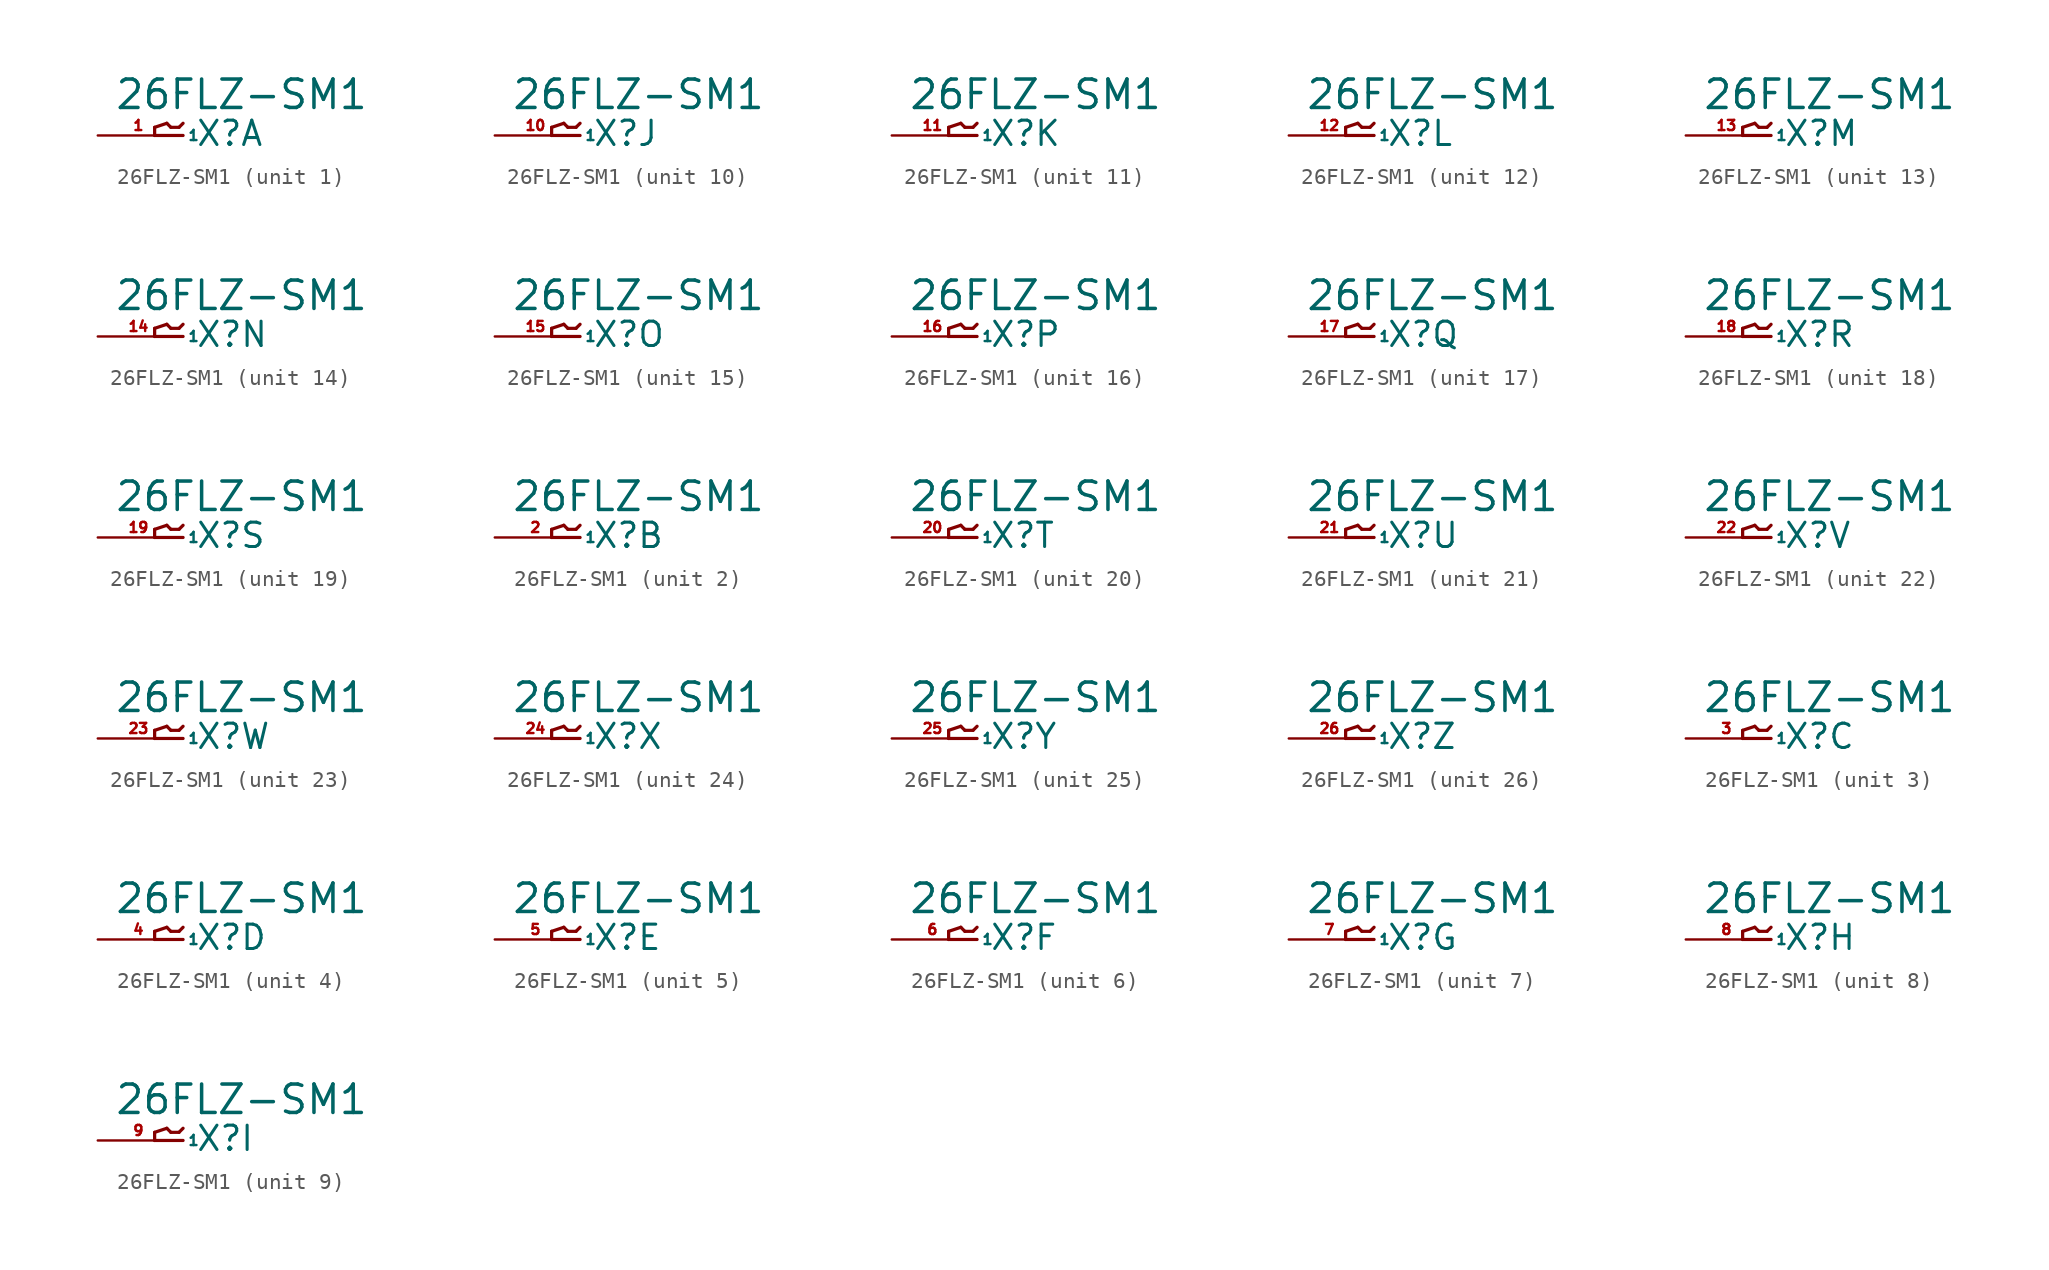
<source format=kicad_sym>
(kicad_symbol_lib
  (version 20220914)
  (generator Eagle2Kicad)
  (symbol "26FLZ-SM1"
    (property "Reference" "X"
      (at 1.016 -0.762 0)
      (effects (font (size 1.524 1.524) (thickness 0.19)) (justify left bottom)))
    (property "Value" "26FLZ-SM1"
      (at -4.064 1.524 0)
      (effects (font (size 1.778 1.778) (thickness 0.22)) (justify left bottom)))
    (symbol "26FLZ-SM1_1_0"
      (polyline (pts (xy 0.254 0) (xy -1.524 0)) (stroke (width 0.203) (type default)) (fill (type none)))
      (polyline (pts (xy -1.524 0) (xy -1.524 0.508)) (stroke (width 0.203) (type default)) (fill (type none)))
      (polyline (pts (xy -1.524 0.508) (xy -0.762 0.762)) (stroke (width 0.203) (type default)) (fill (type none)))
      (polyline (pts (xy -0.762 0.762) (xy -0.508 0.508)) (stroke (width 0.203) (type default)) (fill (type none)))
      (polyline (pts (xy -0.508 0.508) (xy 0 0.508)) (stroke (width 0.203) (type default)) (fill (type none)))
      (polyline (pts (xy 0 0.508) (xy 0.254 0.762)) (stroke (width 0.203) (type default)) (fill (type none)))
      (pin passive line (at -5.08 0 0) (length 5.08) (name "1" (effects (font (size 0.635 0.635) (thickness 0.08)) (justify left bottom))) (number "1" (effects (font (size 0.635 0.635) (thickness 0.08)) (justify left bottom)))))
    (symbol "26FLZ-SM1_2_0"
      (polyline (pts (xy 0.254 0) (xy -1.524 0)) (stroke (width 0.203) (type default)) (fill (type none)))
      (polyline (pts (xy -1.524 0) (xy -1.524 0.508)) (stroke (width 0.203) (type default)) (fill (type none)))
      (polyline (pts (xy -1.524 0.508) (xy -0.762 0.762)) (stroke (width 0.203) (type default)) (fill (type none)))
      (polyline (pts (xy -0.762 0.762) (xy -0.508 0.508)) (stroke (width 0.203) (type default)) (fill (type none)))
      (polyline (pts (xy -0.508 0.508) (xy 0 0.508)) (stroke (width 0.203) (type default)) (fill (type none)))
      (polyline (pts (xy 0 0.508) (xy 0.254 0.762)) (stroke (width 0.203) (type default)) (fill (type none)))
      (pin passive line (at -5.08 0 0) (length 5.08) (name "1" (effects (font (size 0.635 0.635) (thickness 0.08)) (justify left bottom))) (number "2" (effects (font (size 0.635 0.635) (thickness 0.08)) (justify left bottom)))))
    (symbol "26FLZ-SM1_3_0"
      (polyline (pts (xy 0.254 0) (xy -1.524 0)) (stroke (width 0.203) (type default)) (fill (type none)))
      (polyline (pts (xy -1.524 0) (xy -1.524 0.508)) (stroke (width 0.203) (type default)) (fill (type none)))
      (polyline (pts (xy -1.524 0.508) (xy -0.762 0.762)) (stroke (width 0.203) (type default)) (fill (type none)))
      (polyline (pts (xy -0.762 0.762) (xy -0.508 0.508)) (stroke (width 0.203) (type default)) (fill (type none)))
      (polyline (pts (xy -0.508 0.508) (xy 0 0.508)) (stroke (width 0.203) (type default)) (fill (type none)))
      (polyline (pts (xy 0 0.508) (xy 0.254 0.762)) (stroke (width 0.203) (type default)) (fill (type none)))
      (pin passive line (at -5.08 0 0) (length 5.08) (name "1" (effects (font (size 0.635 0.635) (thickness 0.08)) (justify left bottom))) (number "3" (effects (font (size 0.635 0.635) (thickness 0.08)) (justify left bottom)))))
    (symbol "26FLZ-SM1_4_0"
      (polyline (pts (xy 0.254 0) (xy -1.524 0)) (stroke (width 0.203) (type default)) (fill (type none)))
      (polyline (pts (xy -1.524 0) (xy -1.524 0.508)) (stroke (width 0.203) (type default)) (fill (type none)))
      (polyline (pts (xy -1.524 0.508) (xy -0.762 0.762)) (stroke (width 0.203) (type default)) (fill (type none)))
      (polyline (pts (xy -0.762 0.762) (xy -0.508 0.508)) (stroke (width 0.203) (type default)) (fill (type none)))
      (polyline (pts (xy -0.508 0.508) (xy 0 0.508)) (stroke (width 0.203) (type default)) (fill (type none)))
      (polyline (pts (xy 0 0.508) (xy 0.254 0.762)) (stroke (width 0.203) (type default)) (fill (type none)))
      (pin passive line (at -5.08 0 0) (length 5.08) (name "1" (effects (font (size 0.635 0.635) (thickness 0.08)) (justify left bottom))) (number "4" (effects (font (size 0.635 0.635) (thickness 0.08)) (justify left bottom)))))
    (symbol "26FLZ-SM1_5_0"
      (polyline (pts (xy 0.254 0) (xy -1.524 0)) (stroke (width 0.203) (type default)) (fill (type none)))
      (polyline (pts (xy -1.524 0) (xy -1.524 0.508)) (stroke (width 0.203) (type default)) (fill (type none)))
      (polyline (pts (xy -1.524 0.508) (xy -0.762 0.762)) (stroke (width 0.203) (type default)) (fill (type none)))
      (polyline (pts (xy -0.762 0.762) (xy -0.508 0.508)) (stroke (width 0.203) (type default)) (fill (type none)))
      (polyline (pts (xy -0.508 0.508) (xy 0 0.508)) (stroke (width 0.203) (type default)) (fill (type none)))
      (polyline (pts (xy 0 0.508) (xy 0.254 0.762)) (stroke (width 0.203) (type default)) (fill (type none)))
      (pin passive line (at -5.08 0 0) (length 5.08) (name "1" (effects (font (size 0.635 0.635) (thickness 0.08)) (justify left bottom))) (number "5" (effects (font (size 0.635 0.635) (thickness 0.08)) (justify left bottom)))))
    (symbol "26FLZ-SM1_6_0"
      (polyline (pts (xy 0.254 0) (xy -1.524 0)) (stroke (width 0.203) (type default)) (fill (type none)))
      (polyline (pts (xy -1.524 0) (xy -1.524 0.508)) (stroke (width 0.203) (type default)) (fill (type none)))
      (polyline (pts (xy -1.524 0.508) (xy -0.762 0.762)) (stroke (width 0.203) (type default)) (fill (type none)))
      (polyline (pts (xy -0.762 0.762) (xy -0.508 0.508)) (stroke (width 0.203) (type default)) (fill (type none)))
      (polyline (pts (xy -0.508 0.508) (xy 0 0.508)) (stroke (width 0.203) (type default)) (fill (type none)))
      (polyline (pts (xy 0 0.508) (xy 0.254 0.762)) (stroke (width 0.203) (type default)) (fill (type none)))
      (pin passive line (at -5.08 0 0) (length 5.08) (name "1" (effects (font (size 0.635 0.635) (thickness 0.08)) (justify left bottom))) (number "6" (effects (font (size 0.635 0.635) (thickness 0.08)) (justify left bottom)))))
    (symbol "26FLZ-SM1_7_0"
      (polyline (pts (xy 0.254 0) (xy -1.524 0)) (stroke (width 0.203) (type default)) (fill (type none)))
      (polyline (pts (xy -1.524 0) (xy -1.524 0.508)) (stroke (width 0.203) (type default)) (fill (type none)))
      (polyline (pts (xy -1.524 0.508) (xy -0.762 0.762)) (stroke (width 0.203) (type default)) (fill (type none)))
      (polyline (pts (xy -0.762 0.762) (xy -0.508 0.508)) (stroke (width 0.203) (type default)) (fill (type none)))
      (polyline (pts (xy -0.508 0.508) (xy 0 0.508)) (stroke (width 0.203) (type default)) (fill (type none)))
      (polyline (pts (xy 0 0.508) (xy 0.254 0.762)) (stroke (width 0.203) (type default)) (fill (type none)))
      (pin passive line (at -5.08 0 0) (length 5.08) (name "1" (effects (font (size 0.635 0.635) (thickness 0.08)) (justify left bottom))) (number "7" (effects (font (size 0.635 0.635) (thickness 0.08)) (justify left bottom)))))
    (symbol "26FLZ-SM1_8_0"
      (polyline (pts (xy 0.254 0) (xy -1.524 0)) (stroke (width 0.203) (type default)) (fill (type none)))
      (polyline (pts (xy -1.524 0) (xy -1.524 0.508)) (stroke (width 0.203) (type default)) (fill (type none)))
      (polyline (pts (xy -1.524 0.508) (xy -0.762 0.762)) (stroke (width 0.203) (type default)) (fill (type none)))
      (polyline (pts (xy -0.762 0.762) (xy -0.508 0.508)) (stroke (width 0.203) (type default)) (fill (type none)))
      (polyline (pts (xy -0.508 0.508) (xy 0 0.508)) (stroke (width 0.203) (type default)) (fill (type none)))
      (polyline (pts (xy 0 0.508) (xy 0.254 0.762)) (stroke (width 0.203) (type default)) (fill (type none)))
      (pin passive line (at -5.08 0 0) (length 5.08) (name "1" (effects (font (size 0.635 0.635) (thickness 0.08)) (justify left bottom))) (number "8" (effects (font (size 0.635 0.635) (thickness 0.08)) (justify left bottom)))))
    (symbol "26FLZ-SM1_9_0"
      (polyline (pts (xy 0.254 0) (xy -1.524 0)) (stroke (width 0.203) (type default)) (fill (type none)))
      (polyline (pts (xy -1.524 0) (xy -1.524 0.508)) (stroke (width 0.203) (type default)) (fill (type none)))
      (polyline (pts (xy -1.524 0.508) (xy -0.762 0.762)) (stroke (width 0.203) (type default)) (fill (type none)))
      (polyline (pts (xy -0.762 0.762) (xy -0.508 0.508)) (stroke (width 0.203) (type default)) (fill (type none)))
      (polyline (pts (xy -0.508 0.508) (xy 0 0.508)) (stroke (width 0.203) (type default)) (fill (type none)))
      (polyline (pts (xy 0 0.508) (xy 0.254 0.762)) (stroke (width 0.203) (type default)) (fill (type none)))
      (pin passive line (at -5.08 0 0) (length 5.08) (name "1" (effects (font (size 0.635 0.635) (thickness 0.08)) (justify left bottom))) (number "9" (effects (font (size 0.635 0.635) (thickness 0.08)) (justify left bottom)))))
    (symbol "26FLZ-SM1_10_0"
      (polyline (pts (xy 0.254 0) (xy -1.524 0)) (stroke (width 0.203) (type default)) (fill (type none)))
      (polyline (pts (xy -1.524 0) (xy -1.524 0.508)) (stroke (width 0.203) (type default)) (fill (type none)))
      (polyline (pts (xy -1.524 0.508) (xy -0.762 0.762)) (stroke (width 0.203) (type default)) (fill (type none)))
      (polyline (pts (xy -0.762 0.762) (xy -0.508 0.508)) (stroke (width 0.203) (type default)) (fill (type none)))
      (polyline (pts (xy -0.508 0.508) (xy 0 0.508)) (stroke (width 0.203) (type default)) (fill (type none)))
      (polyline (pts (xy 0 0.508) (xy 0.254 0.762)) (stroke (width 0.203) (type default)) (fill (type none)))
      (pin passive line (at -5.08 0 0) (length 5.08) (name "1" (effects (font (size 0.635 0.635) (thickness 0.08)) (justify left bottom))) (number "10" (effects (font (size 0.635 0.635) (thickness 0.08)) (justify left bottom)))))
    (symbol "26FLZ-SM1_11_0"
      (polyline (pts (xy 0.254 0) (xy -1.524 0)) (stroke (width 0.203) (type default)) (fill (type none)))
      (polyline (pts (xy -1.524 0) (xy -1.524 0.508)) (stroke (width 0.203) (type default)) (fill (type none)))
      (polyline (pts (xy -1.524 0.508) (xy -0.762 0.762)) (stroke (width 0.203) (type default)) (fill (type none)))
      (polyline (pts (xy -0.762 0.762) (xy -0.508 0.508)) (stroke (width 0.203) (type default)) (fill (type none)))
      (polyline (pts (xy -0.508 0.508) (xy 0 0.508)) (stroke (width 0.203) (type default)) (fill (type none)))
      (polyline (pts (xy 0 0.508) (xy 0.254 0.762)) (stroke (width 0.203) (type default)) (fill (type none)))
      (pin passive line (at -5.08 0 0) (length 5.08) (name "1" (effects (font (size 0.635 0.635) (thickness 0.08)) (justify left bottom))) (number "11" (effects (font (size 0.635 0.635) (thickness 0.08)) (justify left bottom)))))
    (symbol "26FLZ-SM1_12_0"
      (polyline (pts (xy 0.254 0) (xy -1.524 0)) (stroke (width 0.203) (type default)) (fill (type none)))
      (polyline (pts (xy -1.524 0) (xy -1.524 0.508)) (stroke (width 0.203) (type default)) (fill (type none)))
      (polyline (pts (xy -1.524 0.508) (xy -0.762 0.762)) (stroke (width 0.203) (type default)) (fill (type none)))
      (polyline (pts (xy -0.762 0.762) (xy -0.508 0.508)) (stroke (width 0.203) (type default)) (fill (type none)))
      (polyline (pts (xy -0.508 0.508) (xy 0 0.508)) (stroke (width 0.203) (type default)) (fill (type none)))
      (polyline (pts (xy 0 0.508) (xy 0.254 0.762)) (stroke (width 0.203) (type default)) (fill (type none)))
      (pin passive line (at -5.08 0 0) (length 5.08) (name "1" (effects (font (size 0.635 0.635) (thickness 0.08)) (justify left bottom))) (number "12" (effects (font (size 0.635 0.635) (thickness 0.08)) (justify left bottom)))))
    (symbol "26FLZ-SM1_13_0"
      (polyline (pts (xy 0.254 0) (xy -1.524 0)) (stroke (width 0.203) (type default)) (fill (type none)))
      (polyline (pts (xy -1.524 0) (xy -1.524 0.508)) (stroke (width 0.203) (type default)) (fill (type none)))
      (polyline (pts (xy -1.524 0.508) (xy -0.762 0.762)) (stroke (width 0.203) (type default)) (fill (type none)))
      (polyline (pts (xy -0.762 0.762) (xy -0.508 0.508)) (stroke (width 0.203) (type default)) (fill (type none)))
      (polyline (pts (xy -0.508 0.508) (xy 0 0.508)) (stroke (width 0.203) (type default)) (fill (type none)))
      (polyline (pts (xy 0 0.508) (xy 0.254 0.762)) (stroke (width 0.203) (type default)) (fill (type none)))
      (pin passive line (at -5.08 0 0) (length 5.08) (name "1" (effects (font (size 0.635 0.635) (thickness 0.08)) (justify left bottom))) (number "13" (effects (font (size 0.635 0.635) (thickness 0.08)) (justify left bottom)))))
    (symbol "26FLZ-SM1_14_0"
      (polyline (pts (xy 0.254 0) (xy -1.524 0)) (stroke (width 0.203) (type default)) (fill (type none)))
      (polyline (pts (xy -1.524 0) (xy -1.524 0.508)) (stroke (width 0.203) (type default)) (fill (type none)))
      (polyline (pts (xy -1.524 0.508) (xy -0.762 0.762)) (stroke (width 0.203) (type default)) (fill (type none)))
      (polyline (pts (xy -0.762 0.762) (xy -0.508 0.508)) (stroke (width 0.203) (type default)) (fill (type none)))
      (polyline (pts (xy -0.508 0.508) (xy 0 0.508)) (stroke (width 0.203) (type default)) (fill (type none)))
      (polyline (pts (xy 0 0.508) (xy 0.254 0.762)) (stroke (width 0.203) (type default)) (fill (type none)))
      (pin passive line (at -5.08 0 0) (length 5.08) (name "1" (effects (font (size 0.635 0.635) (thickness 0.08)) (justify left bottom))) (number "14" (effects (font (size 0.635 0.635) (thickness 0.08)) (justify left bottom)))))
    (symbol "26FLZ-SM1_15_0"
      (polyline (pts (xy 0.254 0) (xy -1.524 0)) (stroke (width 0.203) (type default)) (fill (type none)))
      (polyline (pts (xy -1.524 0) (xy -1.524 0.508)) (stroke (width 0.203) (type default)) (fill (type none)))
      (polyline (pts (xy -1.524 0.508) (xy -0.762 0.762)) (stroke (width 0.203) (type default)) (fill (type none)))
      (polyline (pts (xy -0.762 0.762) (xy -0.508 0.508)) (stroke (width 0.203) (type default)) (fill (type none)))
      (polyline (pts (xy -0.508 0.508) (xy 0 0.508)) (stroke (width 0.203) (type default)) (fill (type none)))
      (polyline (pts (xy 0 0.508) (xy 0.254 0.762)) (stroke (width 0.203) (type default)) (fill (type none)))
      (pin passive line (at -5.08 0 0) (length 5.08) (name "1" (effects (font (size 0.635 0.635) (thickness 0.08)) (justify left bottom))) (number "15" (effects (font (size 0.635 0.635) (thickness 0.08)) (justify left bottom)))))
    (symbol "26FLZ-SM1_16_0"
      (polyline (pts (xy 0.254 0) (xy -1.524 0)) (stroke (width 0.203) (type default)) (fill (type none)))
      (polyline (pts (xy -1.524 0) (xy -1.524 0.508)) (stroke (width 0.203) (type default)) (fill (type none)))
      (polyline (pts (xy -1.524 0.508) (xy -0.762 0.762)) (stroke (width 0.203) (type default)) (fill (type none)))
      (polyline (pts (xy -0.762 0.762) (xy -0.508 0.508)) (stroke (width 0.203) (type default)) (fill (type none)))
      (polyline (pts (xy -0.508 0.508) (xy 0 0.508)) (stroke (width 0.203) (type default)) (fill (type none)))
      (polyline (pts (xy 0 0.508) (xy 0.254 0.762)) (stroke (width 0.203) (type default)) (fill (type none)))
      (pin passive line (at -5.08 0 0) (length 5.08) (name "1" (effects (font (size 0.635 0.635) (thickness 0.08)) (justify left bottom))) (number "16" (effects (font (size 0.635 0.635) (thickness 0.08)) (justify left bottom)))))
    (symbol "26FLZ-SM1_17_0"
      (polyline (pts (xy 0.254 0) (xy -1.524 0)) (stroke (width 0.203) (type default)) (fill (type none)))
      (polyline (pts (xy -1.524 0) (xy -1.524 0.508)) (stroke (width 0.203) (type default)) (fill (type none)))
      (polyline (pts (xy -1.524 0.508) (xy -0.762 0.762)) (stroke (width 0.203) (type default)) (fill (type none)))
      (polyline (pts (xy -0.762 0.762) (xy -0.508 0.508)) (stroke (width 0.203) (type default)) (fill (type none)))
      (polyline (pts (xy -0.508 0.508) (xy 0 0.508)) (stroke (width 0.203) (type default)) (fill (type none)))
      (polyline (pts (xy 0 0.508) (xy 0.254 0.762)) (stroke (width 0.203) (type default)) (fill (type none)))
      (pin passive line (at -5.08 0 0) (length 5.08) (name "1" (effects (font (size 0.635 0.635) (thickness 0.08)) (justify left bottom))) (number "17" (effects (font (size 0.635 0.635) (thickness 0.08)) (justify left bottom)))))
    (symbol "26FLZ-SM1_18_0"
      (polyline (pts (xy 0.254 0) (xy -1.524 0)) (stroke (width 0.203) (type default)) (fill (type none)))
      (polyline (pts (xy -1.524 0) (xy -1.524 0.508)) (stroke (width 0.203) (type default)) (fill (type none)))
      (polyline (pts (xy -1.524 0.508) (xy -0.762 0.762)) (stroke (width 0.203) (type default)) (fill (type none)))
      (polyline (pts (xy -0.762 0.762) (xy -0.508 0.508)) (stroke (width 0.203) (type default)) (fill (type none)))
      (polyline (pts (xy -0.508 0.508) (xy 0 0.508)) (stroke (width 0.203) (type default)) (fill (type none)))
      (polyline (pts (xy 0 0.508) (xy 0.254 0.762)) (stroke (width 0.203) (type default)) (fill (type none)))
      (pin passive line (at -5.08 0 0) (length 5.08) (name "1" (effects (font (size 0.635 0.635) (thickness 0.08)) (justify left bottom))) (number "18" (effects (font (size 0.635 0.635) (thickness 0.08)) (justify left bottom)))))
    (symbol "26FLZ-SM1_19_0"
      (polyline (pts (xy 0.254 0) (xy -1.524 0)) (stroke (width 0.203) (type default)) (fill (type none)))
      (polyline (pts (xy -1.524 0) (xy -1.524 0.508)) (stroke (width 0.203) (type default)) (fill (type none)))
      (polyline (pts (xy -1.524 0.508) (xy -0.762 0.762)) (stroke (width 0.203) (type default)) (fill (type none)))
      (polyline (pts (xy -0.762 0.762) (xy -0.508 0.508)) (stroke (width 0.203) (type default)) (fill (type none)))
      (polyline (pts (xy -0.508 0.508) (xy 0 0.508)) (stroke (width 0.203) (type default)) (fill (type none)))
      (polyline (pts (xy 0 0.508) (xy 0.254 0.762)) (stroke (width 0.203) (type default)) (fill (type none)))
      (pin passive line (at -5.08 0 0) (length 5.08) (name "1" (effects (font (size 0.635 0.635) (thickness 0.08)) (justify left bottom))) (number "19" (effects (font (size 0.635 0.635) (thickness 0.08)) (justify left bottom)))))
    (symbol "26FLZ-SM1_20_0"
      (polyline (pts (xy 0.254 0) (xy -1.524 0)) (stroke (width 0.203) (type default)) (fill (type none)))
      (polyline (pts (xy -1.524 0) (xy -1.524 0.508)) (stroke (width 0.203) (type default)) (fill (type none)))
      (polyline (pts (xy -1.524 0.508) (xy -0.762 0.762)) (stroke (width 0.203) (type default)) (fill (type none)))
      (polyline (pts (xy -0.762 0.762) (xy -0.508 0.508)) (stroke (width 0.203) (type default)) (fill (type none)))
      (polyline (pts (xy -0.508 0.508) (xy 0 0.508)) (stroke (width 0.203) (type default)) (fill (type none)))
      (polyline (pts (xy 0 0.508) (xy 0.254 0.762)) (stroke (width 0.203) (type default)) (fill (type none)))
      (pin passive line (at -5.08 0 0) (length 5.08) (name "1" (effects (font (size 0.635 0.635) (thickness 0.08)) (justify left bottom))) (number "20" (effects (font (size 0.635 0.635) (thickness 0.08)) (justify left bottom)))))
    (symbol "26FLZ-SM1_21_0"
      (polyline (pts (xy 0.254 0) (xy -1.524 0)) (stroke (width 0.203) (type default)) (fill (type none)))
      (polyline (pts (xy -1.524 0) (xy -1.524 0.508)) (stroke (width 0.203) (type default)) (fill (type none)))
      (polyline (pts (xy -1.524 0.508) (xy -0.762 0.762)) (stroke (width 0.203) (type default)) (fill (type none)))
      (polyline (pts (xy -0.762 0.762) (xy -0.508 0.508)) (stroke (width 0.203) (type default)) (fill (type none)))
      (polyline (pts (xy -0.508 0.508) (xy 0 0.508)) (stroke (width 0.203) (type default)) (fill (type none)))
      (polyline (pts (xy 0 0.508) (xy 0.254 0.762)) (stroke (width 0.203) (type default)) (fill (type none)))
      (pin passive line (at -5.08 0 0) (length 5.08) (name "1" (effects (font (size 0.635 0.635) (thickness 0.08)) (justify left bottom))) (number "21" (effects (font (size 0.635 0.635) (thickness 0.08)) (justify left bottom)))))
    (symbol "26FLZ-SM1_22_0"
      (polyline (pts (xy 0.254 0) (xy -1.524 0)) (stroke (width 0.203) (type default)) (fill (type none)))
      (polyline (pts (xy -1.524 0) (xy -1.524 0.508)) (stroke (width 0.203) (type default)) (fill (type none)))
      (polyline (pts (xy -1.524 0.508) (xy -0.762 0.762)) (stroke (width 0.203) (type default)) (fill (type none)))
      (polyline (pts (xy -0.762 0.762) (xy -0.508 0.508)) (stroke (width 0.203) (type default)) (fill (type none)))
      (polyline (pts (xy -0.508 0.508) (xy 0 0.508)) (stroke (width 0.203) (type default)) (fill (type none)))
      (polyline (pts (xy 0 0.508) (xy 0.254 0.762)) (stroke (width 0.203) (type default)) (fill (type none)))
      (pin passive line (at -5.08 0 0) (length 5.08) (name "1" (effects (font (size 0.635 0.635) (thickness 0.08)) (justify left bottom))) (number "22" (effects (font (size 0.635 0.635) (thickness 0.08)) (justify left bottom)))))
    (symbol "26FLZ-SM1_23_0"
      (polyline (pts (xy 0.254 0) (xy -1.524 0)) (stroke (width 0.203) (type default)) (fill (type none)))
      (polyline (pts (xy -1.524 0) (xy -1.524 0.508)) (stroke (width 0.203) (type default)) (fill (type none)))
      (polyline (pts (xy -1.524 0.508) (xy -0.762 0.762)) (stroke (width 0.203) (type default)) (fill (type none)))
      (polyline (pts (xy -0.762 0.762) (xy -0.508 0.508)) (stroke (width 0.203) (type default)) (fill (type none)))
      (polyline (pts (xy -0.508 0.508) (xy 0 0.508)) (stroke (width 0.203) (type default)) (fill (type none)))
      (polyline (pts (xy 0 0.508) (xy 0.254 0.762)) (stroke (width 0.203) (type default)) (fill (type none)))
      (pin passive line (at -5.08 0 0) (length 5.08) (name "1" (effects (font (size 0.635 0.635) (thickness 0.08)) (justify left bottom))) (number "23" (effects (font (size 0.635 0.635) (thickness 0.08)) (justify left bottom)))))
    (symbol "26FLZ-SM1_24_0"
      (polyline (pts (xy 0.254 0) (xy -1.524 0)) (stroke (width 0.203) (type default)) (fill (type none)))
      (polyline (pts (xy -1.524 0) (xy -1.524 0.508)) (stroke (width 0.203) (type default)) (fill (type none)))
      (polyline (pts (xy -1.524 0.508) (xy -0.762 0.762)) (stroke (width 0.203) (type default)) (fill (type none)))
      (polyline (pts (xy -0.762 0.762) (xy -0.508 0.508)) (stroke (width 0.203) (type default)) (fill (type none)))
      (polyline (pts (xy -0.508 0.508) (xy 0 0.508)) (stroke (width 0.203) (type default)) (fill (type none)))
      (polyline (pts (xy 0 0.508) (xy 0.254 0.762)) (stroke (width 0.203) (type default)) (fill (type none)))
      (pin passive line (at -5.08 0 0) (length 5.08) (name "1" (effects (font (size 0.635 0.635) (thickness 0.08)) (justify left bottom))) (number "24" (effects (font (size 0.635 0.635) (thickness 0.08)) (justify left bottom)))))
    (symbol "26FLZ-SM1_25_0"
      (polyline (pts (xy 0.254 0) (xy -1.524 0)) (stroke (width 0.203) (type default)) (fill (type none)))
      (polyline (pts (xy -1.524 0) (xy -1.524 0.508)) (stroke (width 0.203) (type default)) (fill (type none)))
      (polyline (pts (xy -1.524 0.508) (xy -0.762 0.762)) (stroke (width 0.203) (type default)) (fill (type none)))
      (polyline (pts (xy -0.762 0.762) (xy -0.508 0.508)) (stroke (width 0.203) (type default)) (fill (type none)))
      (polyline (pts (xy -0.508 0.508) (xy 0 0.508)) (stroke (width 0.203) (type default)) (fill (type none)))
      (polyline (pts (xy 0 0.508) (xy 0.254 0.762)) (stroke (width 0.203) (type default)) (fill (type none)))
      (pin passive line (at -5.08 0 0) (length 5.08) (name "1" (effects (font (size 0.635 0.635) (thickness 0.08)) (justify left bottom))) (number "25" (effects (font (size 0.635 0.635) (thickness 0.08)) (justify left bottom)))))
    (symbol "26FLZ-SM1_26_0"
      (polyline (pts (xy 0.254 0) (xy -1.524 0)) (stroke (width 0.203) (type default)) (fill (type none)))
      (polyline (pts (xy -1.524 0) (xy -1.524 0.508)) (stroke (width 0.203) (type default)) (fill (type none)))
      (polyline (pts (xy -1.524 0.508) (xy -0.762 0.762)) (stroke (width 0.203) (type default)) (fill (type none)))
      (polyline (pts (xy -0.762 0.762) (xy -0.508 0.508)) (stroke (width 0.203) (type default)) (fill (type none)))
      (polyline (pts (xy -0.508 0.508) (xy 0 0.508)) (stroke (width 0.203) (type default)) (fill (type none)))
      (polyline (pts (xy 0 0.508) (xy 0.254 0.762)) (stroke (width 0.203) (type default)) (fill (type none)))
      (pin passive line (at -5.08 0 0) (length 5.08) (name "1" (effects (font (size 0.635 0.635) (thickness 0.08)) (justify left bottom))) (number "26" (effects (font (size 0.635 0.635) (thickness 0.08)) (justify left bottom)))))))
</source>
